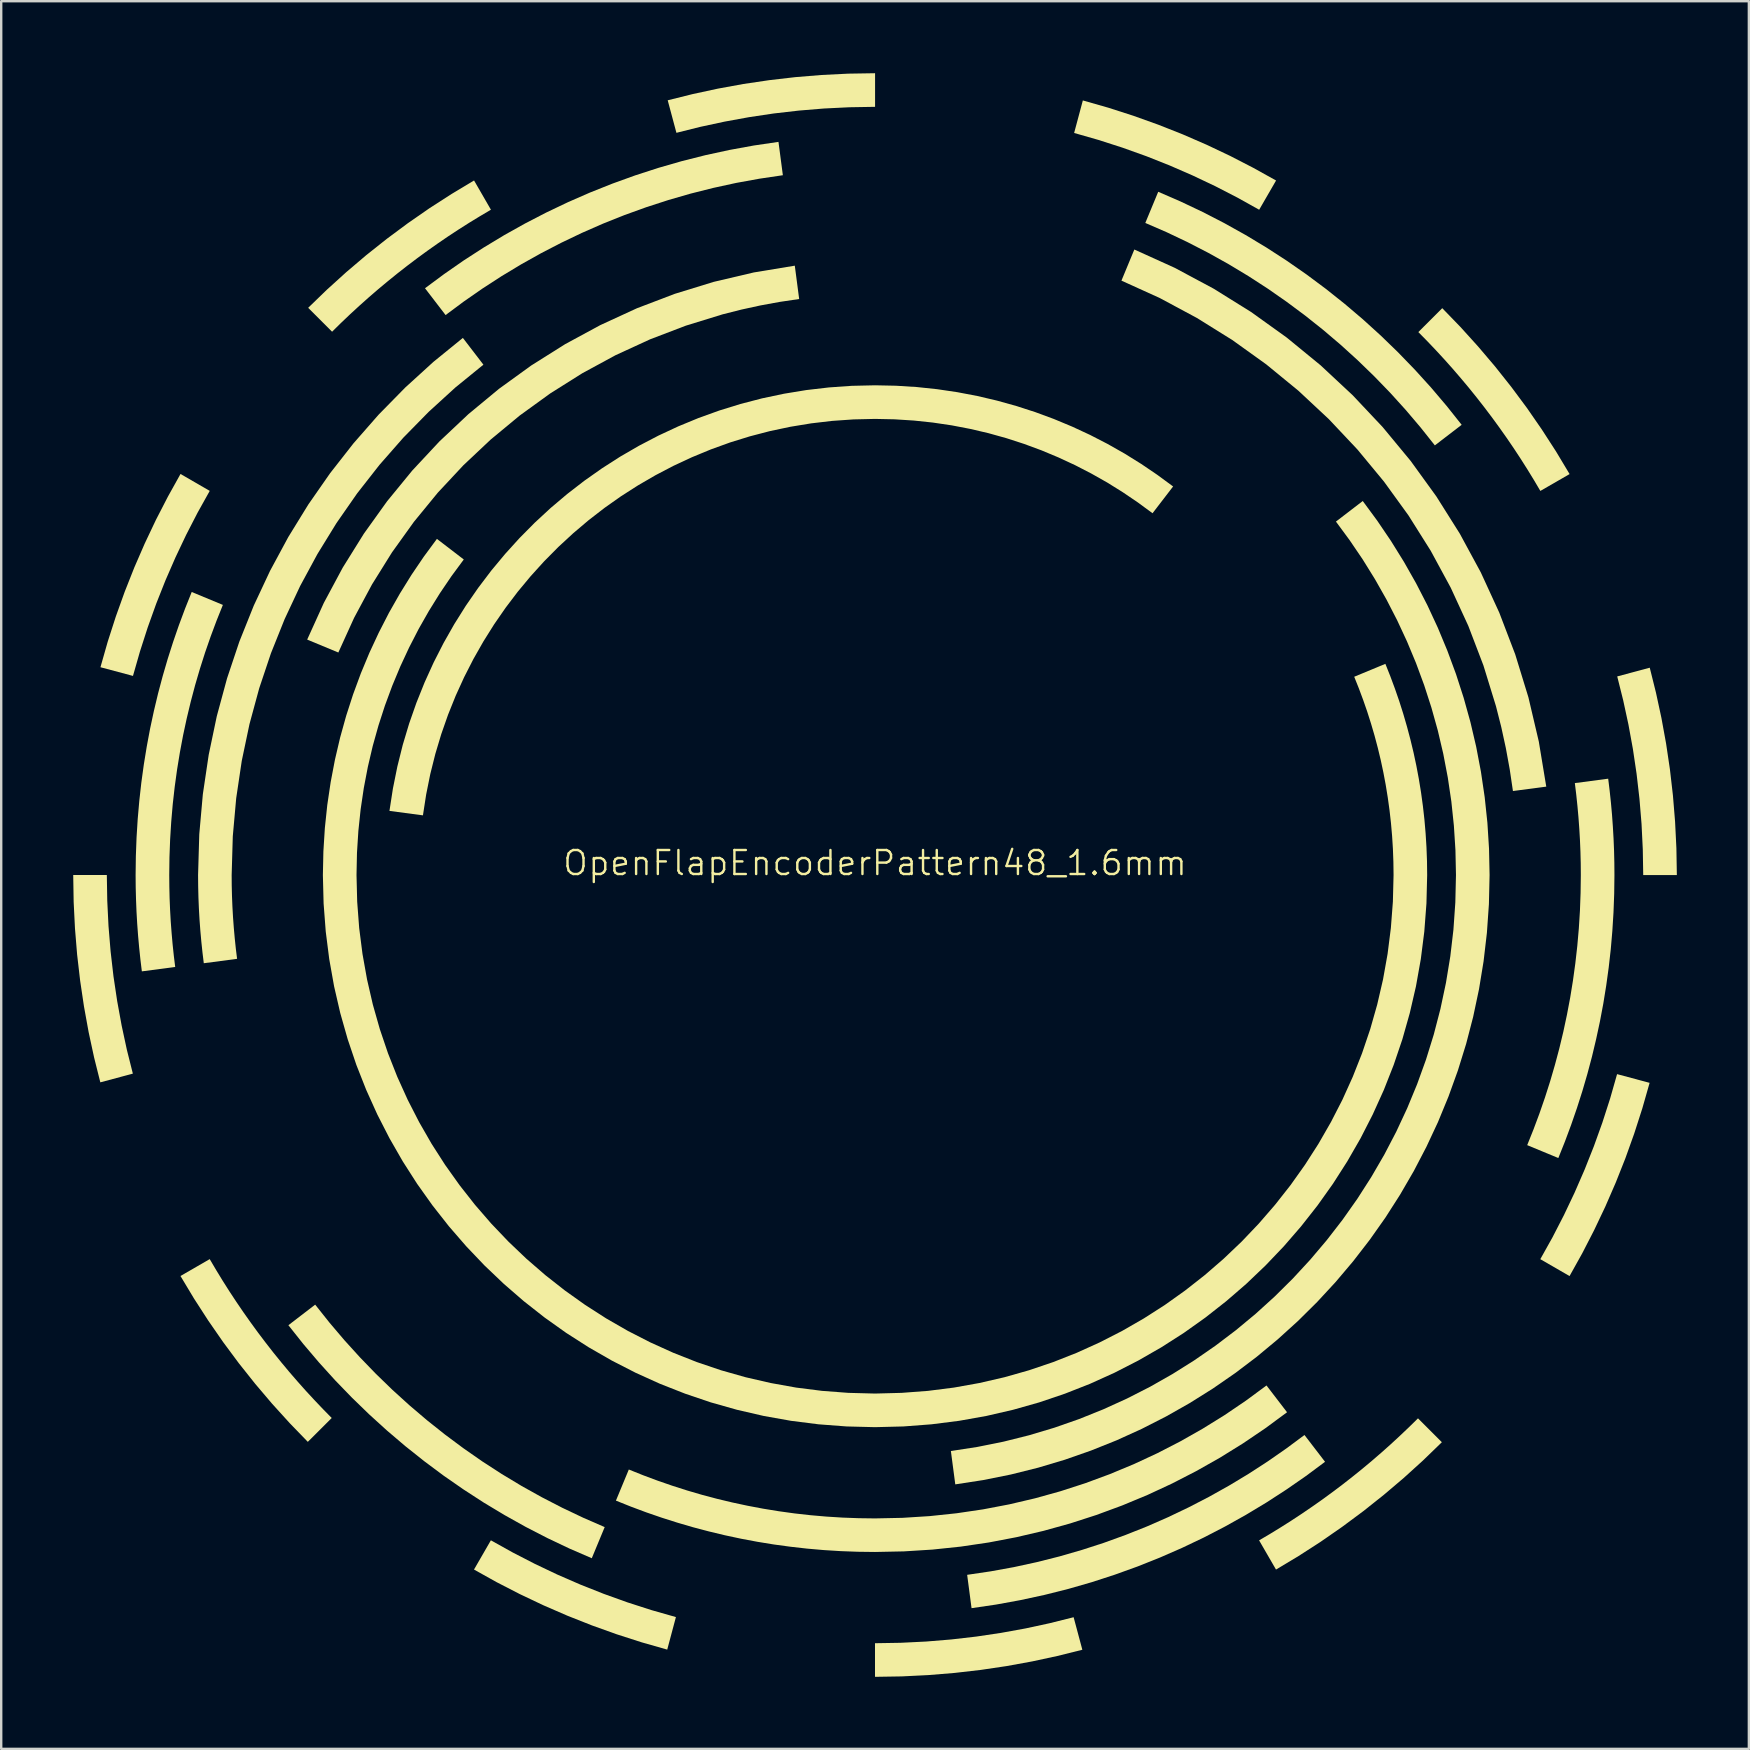
<source format=kicad_pcb>
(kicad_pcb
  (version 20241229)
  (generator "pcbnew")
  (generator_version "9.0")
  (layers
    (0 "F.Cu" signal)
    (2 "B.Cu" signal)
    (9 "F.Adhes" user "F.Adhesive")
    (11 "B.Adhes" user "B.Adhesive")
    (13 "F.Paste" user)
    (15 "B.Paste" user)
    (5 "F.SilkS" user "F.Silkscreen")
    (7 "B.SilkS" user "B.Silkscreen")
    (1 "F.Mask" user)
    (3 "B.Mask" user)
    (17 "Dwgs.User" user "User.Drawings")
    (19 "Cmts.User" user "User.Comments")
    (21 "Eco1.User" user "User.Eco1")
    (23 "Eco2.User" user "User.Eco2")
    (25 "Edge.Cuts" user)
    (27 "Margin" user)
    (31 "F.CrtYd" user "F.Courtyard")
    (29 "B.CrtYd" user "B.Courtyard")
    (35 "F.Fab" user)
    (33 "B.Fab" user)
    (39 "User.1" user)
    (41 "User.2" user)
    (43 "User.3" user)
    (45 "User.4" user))
  (footprint "OpenFlapEncoderPattern48_1.6mm"
    (layer "F.Cu")
    (at 33.4 33.4)
    (property "Reference" "OpenFlapEncoderPattern48_1.6mm" (at 0 -0.5 0) (unlocked yes) (layer "F.SilkS") (effects (font (size 1 1) (thickness 0.1))))
    (fp_poly (pts (xy -27.713 -16.002) (xy -28.218 -15.097) (xy -28.694 -14.173) (xy -29.14 -13.232) (xy -29.557 -12.275) (xy -29.943 -11.302) (xy -30.297 -10.314) (xy -30.62 -9.311) (xy -30.911 -8.294) (xy -32.266 -8.656) (xy -31.963 -9.719) (xy -31.626 -10.766) (xy -31.256 -11.798) (xy -30.854 -12.814) (xy -30.419 -13.814) (xy -29.954 -14.796) (xy -29.457 -15.76) (xy -28.931 -16.706)) (stroke (width -0.000001) (type solid)) (fill yes) (layer "F.SilkS"))
    (fp_poly (pts (xy -15.096 28.218) (xy -14.172 28.694) (xy -13.232 29.141) (xy -12.275 29.557) (xy -11.302 29.943) (xy -10.314 30.298) (xy -9.311 30.621) (xy -8.294 30.911) (xy -8.656 32.266) (xy -9.719 31.963) (xy -10.766 31.626) (xy -11.798 31.256) (xy -12.814 30.854) (xy -13.814 30.42) (xy -14.796 29.954) (xy -15.76 29.458) (xy -16.705 28.931) (xy -16.002 27.713)) (stroke (width -0.000001) (type solid)) (fill yes) (layer "F.SilkS"))
    (fp_poly (pts (xy 9.719 -31.963) (xy 10.766 -31.626) (xy 11.798 -31.256) (xy 12.815 -30.854) (xy 13.814 -30.42) (xy 14.796 -29.954) (xy 15.76 -29.457) (xy 16.706 -28.931) (xy 16.002 -27.713) (xy 15.096 -28.218) (xy 14.173 -28.694) (xy 13.232 -29.14) (xy 12.275 -29.557) (xy 11.302 -29.943) (xy 10.314 -30.297) (xy 9.311 -30.62) (xy 8.294 -30.911) (xy 8.657 -32.266)) (stroke (width -0.000001) (type solid)) (fill yes) (layer "F.SilkS"))
    (fp_poly (pts (xy 32.266 8.657) (xy 31.963 9.719) (xy 31.626 10.767) (xy 31.257 11.799) (xy 30.854 12.815) (xy 30.42 13.814) (xy 29.954 14.796) (xy 29.458 15.761) (xy 28.931 16.706) (xy 27.713 16.002) (xy 28.218 15.097) (xy 28.694 14.173) (xy 29.14 13.233) (xy 29.557 12.275) (xy 29.943 11.302) (xy 30.298 10.314) (xy 30.621 9.311) (xy 30.911 8.294)) (stroke (width -0.000001) (type solid)) (fill yes) (layer "F.SilkS"))
    (fp_poly (pts (xy -32 -0.001) (xy -32 -0.000157) (xy -31.982 1.069) (xy -31.93 2.128) (xy -31.843 3.179) (xy -31.723 4.22) (xy -31.569 5.25) (xy -31.383 6.269) (xy -31.166 7.277) (xy -30.916 8.273) (xy -32.271 8.636) (xy -32.531 7.597) (xy -32.758 6.544) (xy -32.951 5.48) (xy -33.111 4.405) (xy -33.237 3.319) (xy -33.327 2.222) (xy -33.382 1.116) (xy -33.4 -0.000157) (xy -33.4 -0.001)) (stroke (width -0.000001) (type solid)) (fill yes) (layer "F.SilkS"))
    (fp_poly (pts (xy 0.002 -32) (xy -0.000044 -32) (xy -1.069 -31.982) (xy -2.128 -31.93) (xy -3.179 -31.843) (xy -4.22 -31.723) (xy -5.25 -31.569) (xy -6.269 -31.383) (xy -7.277 -31.166) (xy -8.273 -30.917) (xy -8.636 -32.272) (xy -7.596 -32.531) (xy -6.544 -32.758) (xy -5.48 -32.952) (xy -4.405 -33.111) (xy -3.319 -33.237) (xy -2.222 -33.327) (xy -1.116 -33.382) (xy -0.000044 -33.4) (xy 0.002 -33.4)) (stroke (width -0.000001) (type solid)) (fill yes) (layer "F.SilkS"))
    (fp_poly (pts (xy 8.636 32.272) (xy 7.597 32.531) (xy 6.545 32.758) (xy 5.481 32.952) (xy 4.405 33.112) (xy 3.319 33.237) (xy 2.222 33.327) (xy 1.116 33.382) (xy -0.000044 33.4) (xy -0.001 33.4) (xy -0.001 32) (xy -0.000044 32) (xy 1.069 31.982) (xy 2.128 31.93) (xy 3.179 31.843) (xy 4.219 31.723) (xy 5.25 31.569) (xy 6.269 31.384) (xy 7.277 31.166) (xy 8.273 30.917)) (stroke (width -0.000001) (type solid)) (fill yes) (layer "F.SilkS"))
    (fp_poly (pts (xy 32.531 -7.596) (xy 32.758 -6.544) (xy 32.952 -5.48) (xy 33.112 -4.405) (xy 33.237 -3.319) (xy 33.327 -2.222) (xy 33.382 -1.116) (xy 33.401 -0.000157) (xy 33.401 0.002) (xy 32 0.001) (xy 32 -0.000157) (xy 31.982 -1.069) (xy 31.93 -2.129) (xy 31.843 -3.179) (xy 31.723 -4.22) (xy 31.57 -5.25) (xy 31.384 -6.269) (xy 31.166 -7.277) (xy 30.917 -8.273) (xy 32.272 -8.636)) (stroke (width -0.000001) (type solid)) (fill yes) (layer "F.SilkS"))
    (fp_poly (pts (xy -27.447 16.453) (xy -27.174 16.9) (xy -26.893 17.343) (xy -26.605 17.78) (xy -26.31 18.213) (xy -26.008 18.64) (xy -25.7 19.063) (xy -25.384 19.48) (xy -25.063 19.892) (xy -24.734 20.298) (xy -24.4 20.699) (xy -24.058 21.094) (xy -23.711 21.484) (xy -23.357 21.867) (xy -22.998 22.245) (xy -22.632 22.618) (xy -23.628 23.612) (xy -24.385 22.829) (xy -25.117 22.022) (xy -25.822 21.191) (xy -26.501 20.337) (xy -27.152 19.46) (xy -27.774 18.562) (xy -28.368 17.643) (xy -28.932 16.703) (xy -27.714 16)) (stroke (width -0.000001) (type solid)) (fill yes) (layer "F.SilkS"))
    (fp_poly (pts (xy -16 -27.714) (xy -16.452 -27.447) (xy -16.899 -27.174) (xy -17.342 -26.893) (xy -17.78 -26.605) (xy -18.212 -26.31) (xy -18.64 -26.008) (xy -19.062 -25.7) (xy -19.479 -25.385) (xy -19.891 -25.063) (xy -20.297 -24.734) (xy -20.698 -24.4) (xy -21.093 -24.059) (xy -21.483 -23.711) (xy -21.867 -23.358) (xy -22.245 -22.998) (xy -22.617 -22.632) (xy -23.613 -23.628) (xy -22.829 -24.386) (xy -22.022 -25.117) (xy -21.191 -25.823) (xy -20.337 -26.501) (xy -19.46 -27.152) (xy -18.562 -27.775) (xy -17.642 -28.368) (xy -16.703 -28.932)) (stroke (width -0.000001) (type solid)) (fill yes) (layer "F.SilkS"))
    (fp_poly (pts (xy 23.612 23.627) (xy 22.829 24.385) (xy 22.022 25.117) (xy 21.191 25.822) (xy 20.337 26.501) (xy 19.46 27.152) (xy 18.562 27.775) (xy 17.643 28.368) (xy 16.703 28.932) (xy 15.999 27.715) (xy 16.452 27.448) (xy 16.899 27.174) (xy 17.342 26.893) (xy 17.78 26.605) (xy 18.212 26.31) (xy 18.64 26.009) (xy 19.062 25.7) (xy 19.48 25.385) (xy 19.891 25.063) (xy 20.298 24.735) (xy 20.699 24.4) (xy 21.094 24.059) (xy 21.484 23.711) (xy 21.867 23.357) (xy 22.246 22.997) (xy 22.618 22.632)) (stroke (width -0.000001) (type solid)) (fill yes) (layer "F.SilkS"))
    (fp_poly (pts (xy 24.386 -22.83) (xy 25.117 -22.022) (xy 25.823 -21.191) (xy 26.502 -20.336) (xy 27.153 -19.46) (xy 27.775 -18.561) (xy 28.369 -17.642) (xy 28.933 -16.702) (xy 27.715 -16) (xy 27.448 -16.452) (xy 27.174 -16.899) (xy 26.893 -17.342) (xy 26.605 -17.78) (xy 26.31 -18.212) (xy 26.008 -18.64) (xy 25.7 -19.062) (xy 25.385 -19.479) (xy 25.063 -19.891) (xy 24.735 -20.298) (xy 24.4 -20.698) (xy 24.059 -21.094) (xy 23.712 -21.483) (xy 23.358 -21.867) (xy 22.998 -22.245) (xy 22.632 -22.617) (xy 23.628 -23.613)) (stroke (width -0.000001) (type solid)) (fill yes) (layer "F.SilkS"))
    (fp_poly (pts (xy -22.724 18.647) (xy -22.104 19.377) (xy -21.46 20.087) (xy -20.794 20.776) (xy -20.107 21.442) (xy -19.398 22.086) (xy -18.668 22.707) (xy -17.918 23.304) (xy -17.148 23.877) (xy -16.36 24.426) (xy -15.553 24.949) (xy -14.728 25.446) (xy -13.885 25.916) (xy -13.027 26.359) (xy -12.151 26.775) (xy -11.261 27.163) (xy -11.799 28.46) (xy -12.732 28.055) (xy -13.65 27.619) (xy -14.55 27.155) (xy -15.433 26.662) (xy -16.298 26.142) (xy -17.143 25.594) (xy -17.97 25.02) (xy -18.776 24.419) (xy -19.562 23.794) (xy -20.327 23.143) (xy -21.07 22.468) (xy -21.79 21.77) (xy -22.488 21.049) (xy -23.162 20.305) (xy -23.812 19.54) (xy -24.437 18.753) (xy -23.321 17.896)) (stroke (width -0.000001) (type solid)) (fill yes) (layer "F.SilkS"))
    (fp_poly (pts (xy -3.839 -29.151) (xy -4.816 -29.006) (xy -5.784 -28.83) (xy -6.74 -28.622) (xy -7.684 -28.384) (xy -8.615 -28.115) (xy -9.534 -27.817) (xy -10.439 -27.49) (xy -11.331 -27.134) (xy -12.207 -26.75) (xy -13.069 -26.338) (xy -13.915 -25.9) (xy -14.744 -25.436) (xy -15.557 -24.946) (xy -16.353 -24.43) (xy -17.13 -23.89) (xy -17.889 -23.326) (xy -18.746 -24.443) (xy -17.95 -25.033) (xy -17.136 -25.599) (xy -16.302 -26.138) (xy -15.451 -26.652) (xy -14.582 -27.138) (xy -13.695 -27.597) (xy -12.793 -28.027) (xy -11.874 -28.429) (xy -10.94 -28.801) (xy -9.991 -29.144) (xy -9.028 -29.456) (xy -8.052 -29.737) (xy -7.062 -29.987) (xy -6.06 -30.204) (xy -5.047 -30.389) (xy -4.022 -30.54)) (stroke (width -0.000001) (type solid)) (fill yes) (layer "F.SilkS"))
    (fp_poly (pts (xy 12.731 -28.055) (xy 13.648 -27.62) (xy 14.549 -27.156) (xy 15.432 -26.663) (xy 16.297 -26.143) (xy 17.143 -25.595) (xy 17.969 -25.021) (xy 18.776 -24.42) (xy 19.562 -23.794) (xy 20.327 -23.144) (xy 21.07 -22.469) (xy 21.79 -21.771) (xy 22.488 -21.049) (xy 23.162 -20.306) (xy 23.812 -19.54) (xy 24.437 -18.754) (xy 23.32 -17.897) (xy 22.724 -18.647) (xy 22.103 -19.378) (xy 21.46 -20.088) (xy 20.794 -20.776) (xy 20.106 -21.443) (xy 19.397 -22.087) (xy 18.667 -22.708) (xy 17.917 -23.305) (xy 17.147 -23.878) (xy 16.359 -24.427) (xy 15.552 -24.95) (xy 14.727 -25.447) (xy 13.884 -25.917) (xy 13.025 -26.36) (xy 12.15 -26.776) (xy 11.259 -27.163) (xy 11.797 -28.461)) (stroke (width -0.000001) (type solid)) (fill yes) (layer "F.SilkS"))
    (fp_poly (pts (xy 18.746 24.443) (xy 17.951 25.034) (xy 17.136 25.599) (xy 16.303 26.139) (xy 15.451 26.652) (xy 14.582 27.138) (xy 13.696 27.597) (xy 12.793 28.027) (xy 11.874 28.429) (xy 10.94 28.802) (xy 9.991 29.144) (xy 9.029 29.457) (xy 8.052 29.738) (xy 7.062 29.987) (xy 6.06 30.204) (xy 5.047 30.389) (xy 4.021 30.54) (xy 3.838 29.151) (xy 4.816 29.006) (xy 5.784 28.83) (xy 6.739 28.622) (xy 7.684 28.384) (xy 8.615 28.115) (xy 9.534 27.817) (xy 10.439 27.489) (xy 11.331 27.134) (xy 12.207 26.75) (xy 13.069 26.338) (xy 13.915 25.9) (xy 14.744 25.436) (xy 15.557 24.946) (xy 16.353 24.43) (xy 17.13 23.89) (xy 17.889 23.326)) (stroke (width -0.000001) (type solid)) (fill yes) (layer "F.SilkS"))
    (fp_poly (pts (xy -3.16 -23.994) (xy -3.97 -23.874) (xy -4.772 -23.727) (xy -5.565 -23.554) (xy -6.348 -23.356) (xy -7.881 -22.884) (xy -9.37 -22.315) (xy -10.81 -21.653) (xy -12.197 -20.9) (xy -13.528 -20.062) (xy -14.799 -19.142) (xy -16.006 -18.143) (xy -17.146 -17.07) (xy -18.214 -15.926) (xy -19.207 -14.714) (xy -20.122 -13.439) (xy -20.954 -12.104) (xy -21.7 -10.713) (xy -22.356 -9.269) (xy -23.654 -9.807) (xy -22.961 -11.335) (xy -22.172 -12.807) (xy -21.292 -14.22) (xy -20.325 -15.569) (xy -19.275 -16.851) (xy -18.145 -18.062) (xy -16.94 -19.197) (xy -15.663 -20.254) (xy -14.318 -21.227) (xy -12.91 -22.113) (xy -11.442 -22.908) (xy -9.918 -23.609) (xy -8.342 -24.21) (xy -6.718 -24.709) (xy -5.05 -25.101) (xy -3.342 -25.383)) (stroke (width -0.000001) (type solid)) (fill yes) (layer "F.SilkS"))
    (fp_poly (pts (xy 12.485 -25.293) (xy 14.107 -24.424) (xy 15.663 -23.455) (xy 17.149 -22.389) (xy 18.562 -21.232) (xy 19.895 -19.988) (xy 21.146 -18.66) (xy 22.31 -17.253) (xy 23.382 -15.772) (xy 24.359 -14.221) (xy 25.235 -12.604) (xy 26.006 -10.925) (xy 26.669 -9.189) (xy 27.218 -7.401) (xy 27.65 -5.563) (xy 27.961 -3.682) (xy 26.573 -3.499) (xy 26.44 -4.397) (xy 26.278 -5.285) (xy 26.087 -6.163) (xy 25.867 -7.03) (xy 25.344 -8.729) (xy 24.714 -10.378) (xy 23.98 -11.972) (xy 23.147 -13.509) (xy 22.219 -14.983) (xy 21.2 -16.39) (xy 20.094 -17.727) (xy 18.905 -18.989) (xy 17.637 -20.173) (xy 16.295 -21.273) (xy 14.883 -22.286) (xy 13.404 -23.207) (xy 11.864 -24.034) (xy 10.265 -24.76) (xy 10.802 -26.056)) (stroke (width -0.000001) (type solid)) (fill yes) (layer "F.SilkS"))
    (fp_poly (pts (xy -27.166 -11.252) (xy -27.428 -10.598) (xy -27.675 -9.936) (xy -27.907 -9.268) (xy -28.122 -8.592) (xy -28.322 -7.909) (xy -28.505 -7.219) (xy -28.672 -6.523) (xy -28.823 -5.82) (xy -28.956 -5.112) (xy -29.073 -4.397) (xy -29.172 -3.677) (xy -29.254 -2.952) (xy -29.317 -2.221) (xy -29.363 -1.486) (xy -29.391 -0.745) (xy -29.4 -0.000157) (xy -29.396 0.486) (xy -29.385 0.969) (xy -29.365 1.451) (xy -29.338 1.931) (xy -29.302 2.409) (xy -29.26 2.885) (xy -29.21 3.358) (xy -29.152 3.83) (xy -30.541 4.013) (xy -30.601 3.519) (xy -30.653 3.023) (xy -30.698 2.524) (xy -30.735 2.024) (xy -30.764 1.521) (xy -30.784 1.016) (xy -30.797 0.509) (xy -30.801 -0.000157) (xy -30.791 -0.781) (xy -30.762 -1.557) (xy -30.714 -2.328) (xy -30.647 -3.094) (xy -30.562 -3.854) (xy -30.458 -4.609) (xy -30.336 -5.357) (xy -30.197 -6.1) (xy -30.039 -6.836) (xy -29.865 -7.565) (xy -29.673 -8.287) (xy -29.464 -9.003) (xy -29.238 -9.711) (xy -28.996 -10.412) (xy -28.738 -11.105) (xy -28.464 -11.79)) (stroke (width -0.000001) (type solid)) (fill yes) (layer "F.SilkS"))
    (fp_poly (pts (xy -16.313 -21.259) (xy -17.482 -20.308) (xy -18.594 -19.293) (xy -19.648 -18.219) (xy -20.641 -17.087) (xy -21.571 -15.9) (xy -22.433 -14.661) (xy -23.226 -13.373) (xy -23.948 -12.038) (xy -24.594 -10.659) (xy -25.163 -9.239) (xy -25.652 -7.78) (xy -26.058 -6.285) (xy -26.379 -4.757) (xy -26.611 -3.198) (xy -26.753 -1.612) (xy -26.8 -0.000157) (xy -26.797 0.443) (xy -26.786 0.884) (xy -26.768 1.323) (xy -26.743 1.761) (xy -26.711 2.196) (xy -26.672 2.63) (xy -26.627 3.062) (xy -26.574 3.491) (xy -27.961 3.674) (xy -28.016 3.222) (xy -28.064 2.767) (xy -28.105 2.311) (xy -28.139 1.853) (xy -28.165 1.392) (xy -28.184 0.93) (xy -28.195 0.466) (xy -28.199 -0.000157) (xy -28.149 -1.697) (xy -28 -3.368) (xy -27.756 -5.009) (xy -27.419 -6.618) (xy -26.992 -8.192) (xy -26.478 -9.728) (xy -25.879 -11.223) (xy -25.199 -12.674) (xy -24.441 -14.079) (xy -23.607 -15.434) (xy -22.699 -16.738) (xy -21.722 -17.986) (xy -20.678 -19.177) (xy -19.569 -20.307) (xy -18.398 -21.374) (xy -17.169 -22.374)) (stroke (width -0.000001) (type solid)) (fill yes) (layer "F.SilkS"))
    (fp_poly (pts (xy 30.601 -3.519) (xy 30.654 -3.023) (xy 30.699 -2.525) (xy 30.735 -2.024) (xy 30.764 -1.521) (xy 30.785 -1.016) (xy 30.797 -0.509) (xy 30.801 -0.000157) (xy 30.791 0.781) (xy 30.762 1.557) (xy 30.714 2.328) (xy 30.648 3.093) (xy 30.562 3.854) (xy 30.458 4.608) (xy 30.337 5.357) (xy 30.197 6.099) (xy 30.039 6.835) (xy 29.865 7.565) (xy 29.673 8.287) (xy 29.464 9.003) (xy 29.238 9.711) (xy 28.996 10.411) (xy 28.738 11.104) (xy 28.464 11.789) (xy 27.167 11.252) (xy 27.429 10.598) (xy 27.676 9.937) (xy 27.907 9.268) (xy 28.123 8.592) (xy 28.322 7.909) (xy 28.506 7.219) (xy 28.673 6.523) (xy 28.823 5.82) (xy 28.957 5.112) (xy 29.073 4.397) (xy 29.172 3.677) (xy 29.254 2.952) (xy 29.318 2.221) (xy 29.364 1.485) (xy 29.391 0.745) (xy 29.401 -0.000157) (xy 29.397 -0.486) (xy 29.385 -0.97) (xy 29.365 -1.452) (xy 29.337 -1.932) (xy 29.302 -2.409) (xy 29.259 -2.885) (xy 29.209 -3.359) (xy 29.152 -3.83) (xy 30.541 -4.013)) (stroke (width -0.000001) (type solid)) (fill yes) (layer "F.SilkS"))
    (fp_poly (pts (xy 17.163 22.379) (xy 16.258 23.046) (xy 15.326 23.677) (xy 14.367 24.272) (xy 13.384 24.828) (xy 12.377 25.346) (xy 11.347 25.825) (xy 10.295 26.262) (xy 9.221 26.658) (xy 8.128 27.011) (xy 7.016 27.32) (xy 5.886 27.584) (xy 4.739 27.803) (xy 3.575 27.975) (xy 2.397 28.099) (xy 1.205 28.174) (xy -0.000044 28.199) (xy -0.715 28.19) (xy -1.425 28.164) (xy -2.131 28.12) (xy -2.832 28.059) (xy -3.528 27.98) (xy -4.219 27.886) (xy -4.904 27.774) (xy -5.584 27.646) (xy -6.258 27.502) (xy -6.925 27.342) (xy -7.587 27.167) (xy -8.242 26.975) (xy -8.89 26.769) (xy -9.531 26.548) (xy -10.166 26.311) (xy -10.793 26.06) (xy -10.256 24.764) (xy -9.66 25.003) (xy -9.057 25.228) (xy -8.447 25.439) (xy -7.831 25.636) (xy -7.209 25.818) (xy -6.58 25.985) (xy -5.945 26.137) (xy -5.305 26.274) (xy -4.659 26.396) (xy -4.008 26.502) (xy -3.352 26.593) (xy -2.691 26.667) (xy -2.025 26.725) (xy -1.354 26.767) (xy -0.679 26.792) (xy -0.000044 26.801) (xy 1.144 26.777) (xy 2.277 26.705) (xy 3.396 26.587) (xy 4.5 26.424) (xy 5.59 26.216) (xy 6.664 25.964) (xy 7.721 25.67) (xy 8.759 25.334) (xy 9.779 24.957) (xy 10.779 24.541) (xy 11.758 24.086) (xy 12.715 23.593) (xy 13.65 23.063) (xy 14.561 22.498) (xy 15.447 21.897) (xy 16.307 21.263)) (stroke (width -0.000001) (type solid)) (fill yes) (layer "F.SilkS"))
    (fp_poly (pts (xy 0.872 -20.382) (xy 1.735 -20.328) (xy 2.587 -20.238) (xy 3.429 -20.113) (xy 4.259 -19.955) (xy 5.077 -19.763) (xy 5.881 -19.539) (xy 6.672 -19.284) (xy 7.449 -18.997) (xy 8.21 -18.68) (xy 8.955 -18.334) (xy 9.684 -17.959) (xy 10.395 -17.556) (xy 11.088 -17.125) (xy 11.762 -16.668) (xy 12.417 -16.186) (xy 11.56 -15.07) (xy 10.95 -15.519) (xy 10.322 -15.945) (xy 9.677 -16.347) (xy 9.014 -16.722) (xy 8.336 -17.072) (xy 7.641 -17.395) (xy 6.933 -17.691) (xy 6.21 -17.958) (xy 5.473 -18.197) (xy 4.724 -18.406) (xy 3.963 -18.584) (xy 3.191 -18.732) (xy 2.407 -18.848) (xy 1.614 -18.932) (xy 0.811 -18.983) (xy -0.000044 -19) (xy -0.899 -18.979) (xy -1.787 -18.917) (xy -2.664 -18.814) (xy -3.528 -18.672) (xy -4.378 -18.492) (xy -5.214 -18.274) (xy -6.035 -18.02) (xy -6.839 -17.729) (xy -7.626 -17.404) (xy -8.395 -17.046) (xy -9.145 -16.654) (xy -9.875 -16.23) (xy -10.584 -15.776) (xy -11.271 -15.291) (xy -11.935 -14.777) (xy -12.575 -14.235) (xy -13.191 -13.666) (xy -13.781 -13.07) (xy -14.344 -12.449) (xy -14.88 -11.804) (xy -15.388 -11.134) (xy -15.866 -10.443) (xy -16.314 -9.729) (xy -16.731 -8.995) (xy -17.116 -8.241) (xy -17.468 -7.468) (xy -17.786 -6.677) (xy -18.069 -5.869) (xy -18.316 -5.045) (xy -18.526 -4.206) (xy -18.698 -3.353) (xy -18.832 -2.486) (xy -20.227 -2.67) (xy -20.083 -3.602) (xy -19.898 -4.519) (xy -19.673 -5.421) (xy -19.408 -6.306) (xy -19.104 -7.174) (xy -18.763 -8.024) (xy -18.386 -8.854) (xy -17.973 -9.664) (xy -17.526 -10.452) (xy -17.045 -11.218) (xy -16.531 -11.961) (xy -15.987 -12.679) (xy -15.411 -13.372) (xy -14.806 -14.039) (xy -14.173 -14.678) (xy -13.512 -15.289) (xy -12.824 -15.871) (xy -12.111 -16.422) (xy -11.373 -16.942) (xy -10.612 -17.43) (xy -9.828 -17.884) (xy -9.023 -18.304) (xy -8.197 -18.689) (xy -7.351 -19.038) (xy -6.487 -19.349) (xy -5.605 -19.622) (xy -4.706 -19.856) (xy -3.792 -20.049) (xy -2.864 -20.201) (xy -1.922 -20.311) (xy -0.967 -20.378) (xy -0.000044 -20.4)) (stroke (width -0.000001) (type solid)) (fill yes) (layer "F.SilkS"))
    (fp_poly (pts (xy 20.922 -14.758) (xy 21.495 -13.912) (xy 22.034 -13.043) (xy 22.54 -12.15) (xy 23.01 -11.236) (xy 23.444 -10.301) (xy 23.841 -9.345) (xy 24.201 -8.371) (xy 24.521 -7.379) (xy 24.802 -6.369) (xy 25.042 -5.343) (xy 25.24 -4.302) (xy 25.396 -3.246) (xy 25.509 -2.176) (xy 25.577 -1.094) (xy 25.6 -0.000157) (xy 25.572 1.213) (xy 25.488 2.411) (xy 25.35 3.594) (xy 25.159 4.759) (xy 24.916 5.907) (xy 24.623 7.034) (xy 24.28 8.141) (xy 23.889 9.225) (xy 23.452 10.287) (xy 22.968 11.323) (xy 22.441 12.334) (xy 21.87 13.318) (xy 21.258 14.274) (xy 20.605 15.199) (xy 19.913 16.094) (xy 19.183 16.957) (xy 18.416 17.787) (xy 17.613 18.582) (xy 16.776 19.341) (xy 15.907 20.063) (xy 15.005 20.747) (xy 14.072 21.392) (xy 13.111 21.995) (xy 12.121 22.556) (xy 11.105 23.074) (xy 10.062 23.548) (xy 8.996 23.975) (xy 7.907 24.356) (xy 6.795 24.688) (xy 5.663 24.971) (xy 4.512 25.203) (xy 3.343 25.383) (xy 3.16 23.994) (xy 4.265 23.823) (xy 5.352 23.604) (xy 6.422 23.336) (xy 7.471 23.022) (xy 8.501 22.662) (xy 9.509 22.257) (xy 10.493 21.809) (xy 11.454 21.319) (xy 12.389 20.788) (xy 13.298 20.217) (xy 14.18 19.607) (xy 15.032 18.961) (xy 15.855 18.278) (xy 16.646 17.56) (xy 17.405 16.808) (xy 18.13 16.023) (xy 18.82 15.207) (xy 19.475 14.361) (xy 20.092 13.486) (xy 20.671 12.583) (xy 21.211 11.653) (xy 21.71 10.697) (xy 22.167 9.717) (xy 22.581 8.715) (xy 22.951 7.69) (xy 23.275 6.644) (xy 23.552 5.579) (xy 23.782 4.495) (xy 23.963 3.394) (xy 24.094 2.277) (xy 24.173 1.145) (xy 24.2 -0.000157) (xy 24.178 -1.033) (xy 24.113 -2.056) (xy 24.007 -3.066) (xy 23.859 -4.064) (xy 23.671 -5.048) (xy 23.444 -6.017) (xy 23.178 -6.971) (xy 22.875 -7.909) (xy 22.535 -8.83) (xy 22.159 -9.732) (xy 21.748 -10.616) (xy 21.303 -11.48) (xy 20.825 -12.324) (xy 20.315 -13.146) (xy 19.772 -13.946) (xy 19.2 -14.723) (xy 20.317 -15.58)) (stroke (width -0.000001) (type solid)) (fill yes) (layer "F.SilkS"))
    (fp_poly (pts (xy -17.131 -13.144) (xy -17.643 -12.45) (xy -18.127 -11.736) (xy -18.583 -11.002) (xy -19.011 -10.249) (xy -19.408 -9.477) (xy -19.775 -8.688) (xy -20.111 -7.882) (xy -20.415 -7.06) (xy -20.686 -6.223) (xy -20.924 -5.372) (xy -21.127 -4.506) (xy -21.295 -3.628) (xy -21.427 -2.737) (xy -21.522 -1.835) (xy -21.58 -0.923) (xy -21.599 -0.000157) (xy -21.571 1.111) (xy -21.488 2.207) (xy -21.35 3.288) (xy -21.16 4.351) (xy -20.919 5.396) (xy -20.628 6.42) (xy -20.288 7.424) (xy -19.901 8.404) (xy -19.468 9.361) (xy -18.991 10.292) (xy -18.471 11.197) (xy -17.909 12.073) (xy -17.306 12.92) (xy -16.665 13.736) (xy -15.986 14.52) (xy -15.27 15.271) (xy -14.52 15.986) (xy -13.736 16.665) (xy -12.92 17.306) (xy -12.073 17.909) (xy -11.197 18.471) (xy -10.293 18.991) (xy -9.361 19.468) (xy -8.405 19.901) (xy -7.424 20.288) (xy -6.421 20.628) (xy -5.396 20.919) (xy -4.351 21.16) (xy -3.288 21.351) (xy -2.207 21.488) (xy -1.111 21.571) (xy -0.000044 21.6) (xy 1.111 21.571) (xy 2.207 21.488) (xy 3.288 21.351) (xy 4.351 21.16) (xy 5.396 20.919) (xy 6.42 20.628) (xy 7.424 20.288) (xy 8.405 19.901) (xy 9.361 19.468) (xy 10.293 18.991) (xy 11.197 18.471) (xy 12.074 17.909) (xy 12.92 17.306) (xy 13.736 16.665) (xy 14.52 15.986) (xy 15.271 15.271) (xy 15.986 14.52) (xy 16.665 13.736) (xy 17.307 12.92) (xy 17.909 12.073) (xy 18.471 11.197) (xy 18.991 10.292) (xy 19.469 9.361) (xy 19.901 8.404) (xy 20.288 7.424) (xy 20.628 6.42) (xy 20.919 5.396) (xy 21.161 4.351) (xy 21.351 3.288) (xy 21.488 2.207) (xy 21.572 1.111) (xy 21.6 -0.000157) (xy 21.593 -0.547) (xy 21.573 -1.09) (xy 21.539 -1.63) (xy 21.492 -2.167) (xy 21.432 -2.699) (xy 21.359 -3.228) (xy 21.274 -3.752) (xy 21.176 -4.272) (xy 21.066 -4.788) (xy 20.943 -5.299) (xy 20.809 -5.805) (xy 20.662 -6.306) (xy 20.504 -6.803) (xy 20.334 -7.293) (xy 20.153 -7.779) (xy 19.961 -8.259) (xy 21.259 -8.797) (xy 21.463 -8.285) (xy 21.655 -7.768) (xy 21.836 -7.246) (xy 22.004 -6.717) (xy 22.159 -6.183) (xy 22.302 -5.644) (xy 22.433 -5.1) (xy 22.55 -4.551) (xy 22.654 -3.997) (xy 22.745 -3.439) (xy 22.822 -2.876) (xy 22.886 -2.308) (xy 22.935 -1.737) (xy 22.971 -1.162) (xy 22.993 -0.583) (xy 23 -0.000157) (xy 22.97 1.184) (xy 22.881 2.353) (xy 22.735 3.504) (xy 22.533 4.637) (xy 22.276 5.75) (xy 21.967 6.842) (xy 21.605 7.911) (xy 21.194 8.955) (xy 20.733 9.974) (xy 20.226 10.966) (xy 19.672 11.929) (xy 19.074 12.863) (xy 18.433 13.764) (xy 17.75 14.633) (xy 17.028 15.467) (xy 16.266 16.266) (xy 15.468 17.027) (xy 14.633 17.75) (xy 13.764 18.433) (xy 12.863 19.074) (xy 11.929 19.672) (xy 10.966 20.225) (xy 9.975 20.733) (xy 8.956 21.194) (xy 7.911 21.605) (xy 6.842 21.967) (xy 5.75 22.276) (xy 4.637 22.533) (xy 3.504 22.735) (xy 2.353 22.881) (xy 1.184 22.97) (xy -0.000044 23) (xy -1.184 22.97) (xy -2.353 22.881) (xy -3.504 22.735) (xy -4.637 22.533) (xy -5.75 22.276) (xy -6.842 21.967) (xy -7.911 21.605) (xy -8.956 21.194) (xy -9.975 20.733) (xy -10.966 20.225) (xy -11.929 19.672) (xy -12.863 19.074) (xy -13.764 18.433) (xy -14.633 17.75) (xy -15.467 17.027) (xy -16.266 16.266) (xy -17.027 15.467) (xy -17.75 14.633) (xy -18.433 13.764) (xy -19.074 12.863) (xy -19.672 11.929) (xy -20.225 10.966) (xy -20.733 9.974) (xy -21.193 8.955) (xy -21.605 7.911) (xy -21.966 6.842) (xy -22.276 5.75) (xy -22.533 4.637) (xy -22.735 3.504) (xy -22.881 2.353) (xy -22.97 1.184) (xy -23 -0.000157) (xy -22.979 -0.983) (xy -22.918 -1.956) (xy -22.817 -2.917) (xy -22.676 -3.867) (xy -22.498 -4.802) (xy -22.282 -5.725) (xy -22.03 -6.632) (xy -21.742 -7.524) (xy -21.419 -8.4) (xy -21.062 -9.258) (xy -20.671 -10.098) (xy -20.249 -10.92) (xy -19.794 -11.722) (xy -19.309 -12.504) (xy -18.794 -13.264) (xy -18.25 -14.002)) (stroke (width -0.000001) (type solid)) (fill yes) (layer "F.SilkS")))
  (gr_rect
    (start -3 -3)
    (end 69.801 69.801)
    (stroke (width 0.1) (type default))
    (fill no)
    (layer "Edge.Cuts")))
</source>
